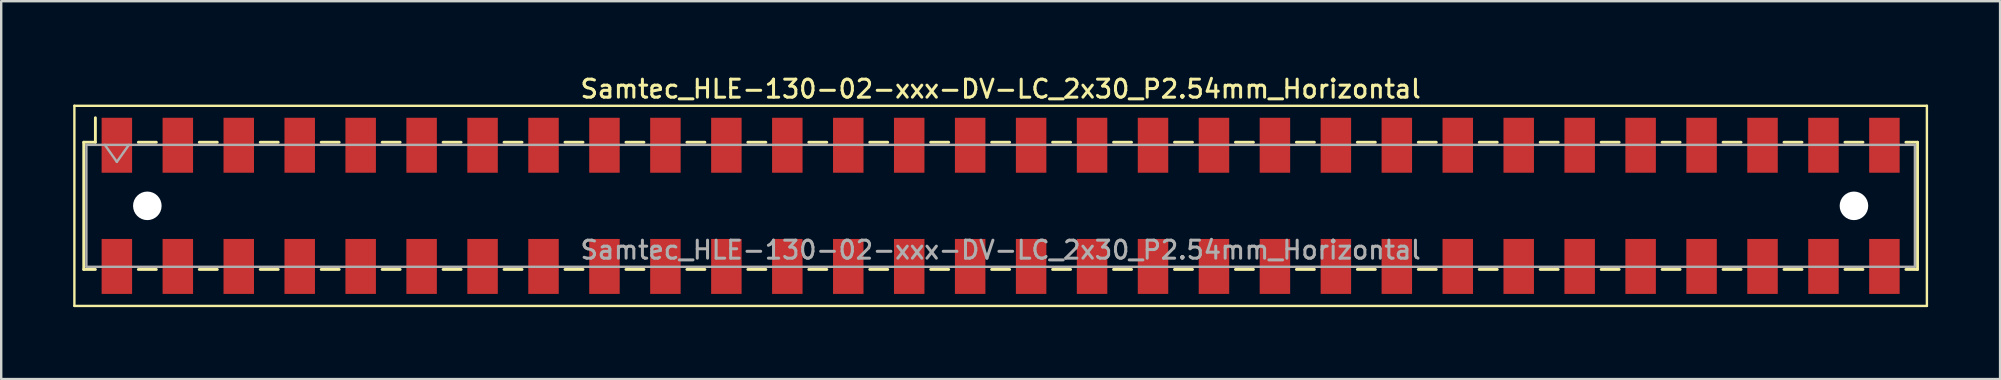
<source format=kicad_pcb>
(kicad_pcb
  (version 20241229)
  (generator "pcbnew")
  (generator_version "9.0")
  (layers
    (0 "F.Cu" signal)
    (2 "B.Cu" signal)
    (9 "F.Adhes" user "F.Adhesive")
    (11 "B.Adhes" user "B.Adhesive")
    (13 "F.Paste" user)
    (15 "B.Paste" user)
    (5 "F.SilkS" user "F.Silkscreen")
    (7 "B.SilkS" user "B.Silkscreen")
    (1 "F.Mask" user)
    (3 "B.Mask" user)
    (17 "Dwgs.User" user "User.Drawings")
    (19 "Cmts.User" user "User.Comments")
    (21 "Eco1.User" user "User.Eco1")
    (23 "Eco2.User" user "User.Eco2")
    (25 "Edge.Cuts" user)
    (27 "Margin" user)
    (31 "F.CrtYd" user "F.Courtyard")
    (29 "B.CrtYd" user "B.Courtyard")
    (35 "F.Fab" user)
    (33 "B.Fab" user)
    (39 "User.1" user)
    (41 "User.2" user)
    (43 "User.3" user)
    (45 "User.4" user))
  (footprint "Samtec_HLE-130-02-xxx-DV-LC_2x30_P2.54mm_Horizontal"
    (layer "F.Cu")
    (at 38.65 5.528)
    (property "Reference" "Samtec_HLE-130-02-xxx-DV-LC_2x30_P2.54mm_Horizontal" (at 0 -4.87 0) (layer "F.SilkS") (effects (font (size 0.75 0.75) (thickness 0.125))))
    (attr smd)
    (fp_line (start -38.6 -4.17) (end 38.6 -4.17) (stroke (width 0.1) (type solid)) (layer "F.SilkS"))
    (fp_line (start -38.6 4.17) (end -38.6 -4.17) (stroke (width 0.1) (type solid)) (layer "F.SilkS"))
    (fp_line (start -38.21 -2.65) (end -38.21 2.65) (stroke (width 0.12) (type solid)) (layer "F.SilkS"))
    (fp_line (start -38.21 2.65) (end -37.725 2.65) (stroke (width 0.12) (type solid)) (layer "F.SilkS"))
    (fp_line (start -37.725 -3.67) (end -37.725 -2.65) (stroke (width 0.12) (type solid)) (layer "F.SilkS"))
    (fp_line (start -37.725 -2.65) (end -38.21 -2.65) (stroke (width 0.12) (type solid)) (layer "F.SilkS"))
    (fp_line (start -35.935 -2.65) (end -35.185 -2.65) (stroke (width 0.12) (type solid)) (layer "F.SilkS"))
    (fp_line (start -35.935 2.65) (end -35.185 2.65) (stroke (width 0.12) (type solid)) (layer "F.SilkS"))
    (fp_line (start -33.395 -2.65) (end -32.645 -2.65) (stroke (width 0.12) (type solid)) (layer "F.SilkS"))
    (fp_line (start -33.395 2.65) (end -32.645 2.65) (stroke (width 0.12) (type solid)) (layer "F.SilkS"))
    (fp_line (start -30.855 -2.65) (end -30.105 -2.65) (stroke (width 0.12) (type solid)) (layer "F.SilkS"))
    (fp_line (start -30.855 2.65) (end -30.105 2.65) (stroke (width 0.12) (type solid)) (layer "F.SilkS"))
    (fp_line (start -28.315 -2.65) (end -27.565 -2.65) (stroke (width 0.12) (type solid)) (layer "F.SilkS"))
    (fp_line (start -28.315 2.65) (end -27.565 2.65) (stroke (width 0.12) (type solid)) (layer "F.SilkS"))
    (fp_line (start -25.775 -2.65) (end -25.025 -2.65) (stroke (width 0.12) (type solid)) (layer "F.SilkS"))
    (fp_line (start -25.775 2.65) (end -25.025 2.65) (stroke (width 0.12) (type solid)) (layer "F.SilkS"))
    (fp_line (start -23.235 -2.65) (end -22.485 -2.65) (stroke (width 0.12) (type solid)) (layer "F.SilkS"))
    (fp_line (start -23.235 2.65) (end -22.485 2.65) (stroke (width 0.12) (type solid)) (layer "F.SilkS"))
    (fp_line (start -20.695 -2.65) (end -19.945 -2.65) (stroke (width 0.12) (type solid)) (layer "F.SilkS"))
    (fp_line (start -20.695 2.65) (end -19.945 2.65) (stroke (width 0.12) (type solid)) (layer "F.SilkS"))
    (fp_line (start -18.155 -2.65) (end -17.405 -2.65) (stroke (width 0.12) (type solid)) (layer "F.SilkS"))
    (fp_line (start -18.155 2.65) (end -17.405 2.65) (stroke (width 0.12) (type solid)) (layer "F.SilkS"))
    (fp_line (start -15.615 -2.65) (end -14.865 -2.65) (stroke (width 0.12) (type solid)) (layer "F.SilkS"))
    (fp_line (start -15.615 2.65) (end -14.865 2.65) (stroke (width 0.12) (type solid)) (layer "F.SilkS"))
    (fp_line (start -13.075 -2.65) (end -12.325 -2.65) (stroke (width 0.12) (type solid)) (layer "F.SilkS"))
    (fp_line (start -13.075 2.65) (end -12.325 2.65) (stroke (width 0.12) (type solid)) (layer "F.SilkS"))
    (fp_line (start -10.535 -2.65) (end -9.785 -2.65) (stroke (width 0.12) (type solid)) (layer "F.SilkS"))
    (fp_line (start -10.535 2.65) (end -9.785 2.65) (stroke (width 0.12) (type solid)) (layer "F.SilkS"))
    (fp_line (start -7.995 -2.65) (end -7.245 -2.65) (stroke (width 0.12) (type solid)) (layer "F.SilkS"))
    (fp_line (start -7.995 2.65) (end -7.245 2.65) (stroke (width 0.12) (type solid)) (layer "F.SilkS"))
    (fp_line (start -5.455 -2.65) (end -4.705 -2.65) (stroke (width 0.12) (type solid)) (layer "F.SilkS"))
    (fp_line (start -5.455 2.65) (end -4.705 2.65) (stroke (width 0.12) (type solid)) (layer "F.SilkS"))
    (fp_line (start -2.915 -2.65) (end -2.165 -2.65) (stroke (width 0.12) (type solid)) (layer "F.SilkS"))
    (fp_line (start -2.915 2.65) (end -2.165 2.65) (stroke (width 0.12) (type solid)) (layer "F.SilkS"))
    (fp_line (start -0.375 -2.65) (end 0.375 -2.65) (stroke (width 0.12) (type solid)) (layer "F.SilkS"))
    (fp_line (start -0.375 2.65) (end 0.375 2.65) (stroke (width 0.12) (type solid)) (layer "F.SilkS"))
    (fp_line (start 2.165 -2.65) (end 2.915 -2.65) (stroke (width 0.12) (type solid)) (layer "F.SilkS"))
    (fp_line (start 2.165 2.65) (end 2.915 2.65) (stroke (width 0.12) (type solid)) (layer "F.SilkS"))
    (fp_line (start 4.705 -2.65) (end 5.455 -2.65) (stroke (width 0.12) (type solid)) (layer "F.SilkS"))
    (fp_line (start 4.705 2.65) (end 5.455 2.65) (stroke (width 0.12) (type solid)) (layer "F.SilkS"))
    (fp_line (start 7.245 -2.65) (end 7.995 -2.65) (stroke (width 0.12) (type solid)) (layer "F.SilkS"))
    (fp_line (start 7.245 2.65) (end 7.995 2.65) (stroke (width 0.12) (type solid)) (layer "F.SilkS"))
    (fp_line (start 9.785 -2.65) (end 10.535 -2.65) (stroke (width 0.12) (type solid)) (layer "F.SilkS"))
    (fp_line (start 9.785 2.65) (end 10.535 2.65) (stroke (width 0.12) (type solid)) (layer "F.SilkS"))
    (fp_line (start 12.325 -2.65) (end 13.075 -2.65) (stroke (width 0.12) (type solid)) (layer "F.SilkS"))
    (fp_line (start 12.325 2.65) (end 13.075 2.65) (stroke (width 0.12) (type solid)) (layer "F.SilkS"))
    (fp_line (start 14.865 -2.65) (end 15.615 -2.65) (stroke (width 0.12) (type solid)) (layer "F.SilkS"))
    (fp_line (start 14.865 2.65) (end 15.615 2.65) (stroke (width 0.12) (type solid)) (layer "F.SilkS"))
    (fp_line (start 17.405 -2.65) (end 18.155 -2.65) (stroke (width 0.12) (type solid)) (layer "F.SilkS"))
    (fp_line (start 17.405 2.65) (end 18.155 2.65) (stroke (width 0.12) (type solid)) (layer "F.SilkS"))
    (fp_line (start 19.945 -2.65) (end 20.695 -2.65) (stroke (width 0.12) (type solid)) (layer "F.SilkS"))
    (fp_line (start 19.945 2.65) (end 20.695 2.65) (stroke (width 0.12) (type solid)) (layer "F.SilkS"))
    (fp_line (start 22.485 -2.65) (end 23.235 -2.65) (stroke (width 0.12) (type solid)) (layer "F.SilkS"))
    (fp_line (start 22.485 2.65) (end 23.235 2.65) (stroke (width 0.12) (type solid)) (layer "F.SilkS"))
    (fp_line (start 25.025 -2.65) (end 25.775 -2.65) (stroke (width 0.12) (type solid)) (layer "F.SilkS"))
    (fp_line (start 25.025 2.65) (end 25.775 2.65) (stroke (width 0.12) (type solid)) (layer "F.SilkS"))
    (fp_line (start 27.565 -2.65) (end 28.315 -2.65) (stroke (width 0.12) (type solid)) (layer "F.SilkS"))
    (fp_line (start 27.565 2.65) (end 28.315 2.65) (stroke (width 0.12) (type solid)) (layer "F.SilkS"))
    (fp_line (start 30.105 -2.65) (end 30.855 -2.65) (stroke (width 0.12) (type solid)) (layer "F.SilkS"))
    (fp_line (start 30.105 2.65) (end 30.855 2.65) (stroke (width 0.12) (type solid)) (layer "F.SilkS"))
    (fp_line (start 32.645 -2.65) (end 33.395 -2.65) (stroke (width 0.12) (type solid)) (layer "F.SilkS"))
    (fp_line (start 32.645 2.65) (end 33.395 2.65) (stroke (width 0.12) (type solid)) (layer "F.SilkS"))
    (fp_line (start 35.185 -2.65) (end 35.935 -2.65) (stroke (width 0.12) (type solid)) (layer "F.SilkS"))
    (fp_line (start 35.185 2.65) (end 35.935 2.65) (stroke (width 0.12) (type solid)) (layer "F.SilkS"))
    (fp_line (start 37.725 -2.65) (end 38.21 -2.65) (stroke (width 0.12) (type solid)) (layer "F.SilkS"))
    (fp_line (start 38.21 -2.65) (end 38.21 2.65) (stroke (width 0.12) (type solid)) (layer "F.SilkS"))
    (fp_line (start 38.21 2.65) (end 37.725 2.65) (stroke (width 0.12) (type solid)) (layer "F.SilkS"))
    (fp_line (start 38.6 -4.17) (end 38.6 4.17) (stroke (width 0.1) (type solid)) (layer "F.SilkS"))
    (fp_line (start 38.6 4.17) (end -38.6 4.17) (stroke (width 0.1) (type solid)) (layer "F.SilkS"))
    (fp_line (start -38.1 -2.54) (end 38.1 -2.54) (stroke (width 0.1) (type solid)) (layer "F.Fab"))
    (fp_line (start -38.1 2.54) (end -38.1 -2.54) (stroke (width 0.1) (type solid)) (layer "F.Fab"))
    (fp_line (start -37.33 -2.54) (end -36.83 -1.833) (stroke (width 0.1) (type solid)) (layer "F.Fab"))
    (fp_line (start -36.83 -1.833) (end -36.33 -2.54) (stroke (width 0.1) (type solid)) (layer "F.Fab"))
    (fp_line (start 38.1 -2.54) (end 38.1 2.54) (stroke (width 0.1) (type solid)) (layer "F.Fab"))
    (fp_line (start 38.1 2.54) (end -38.1 2.54) (stroke (width 0.1) (type solid)) (layer "F.Fab"))
    (fp_text user "${REFERENCE}" (at 0 1.84 0) (layer "F.Fab") (effects (font (size 0.75 0.75) (thickness 0.125))))
    (pad "" np_thru_hole circle (at -35.56 0) (size 1.19 1.19) (drill 1.19) (layers "*.Cu" "*.Mask"))
    (pad "" np_thru_hole circle (at 35.56 0) (size 1.19 1.19) (drill 1.19) (layers "*.Cu" "*.Mask"))
    (pad "1" smd rect (at -36.83 -2.525) (size 1.27 2.29) (layers "F.Cu" "F.Mask" "F.Paste"))
    (pad "2" smd rect (at -36.83 2.525) (size 1.27 2.29) (layers "F.Cu" "F.Mask" "F.Paste"))
    (pad "3" smd rect (at -34.29 -2.525) (size 1.27 2.29) (layers "F.Cu" "F.Mask" "F.Paste"))
    (pad "4" smd rect (at -34.29 2.525) (size 1.27 2.29) (layers "F.Cu" "F.Mask" "F.Paste"))
    (pad "5" smd rect (at -31.75 -2.525) (size 1.27 2.29) (layers "F.Cu" "F.Mask" "F.Paste"))
    (pad "6" smd rect (at -31.75 2.525) (size 1.27 2.29) (layers "F.Cu" "F.Mask" "F.Paste"))
    (pad "7" smd rect (at -29.21 -2.525) (size 1.27 2.29) (layers "F.Cu" "F.Mask" "F.Paste"))
    (pad "8" smd rect (at -29.21 2.525) (size 1.27 2.29) (layers "F.Cu" "F.Mask" "F.Paste"))
    (pad "9" smd rect (at -26.67 -2.525) (size 1.27 2.29) (layers "F.Cu" "F.Mask" "F.Paste"))
    (pad "10" smd rect (at -26.67 2.525) (size 1.27 2.29) (layers "F.Cu" "F.Mask" "F.Paste"))
    (pad "11" smd rect (at -24.13 -2.525) (size 1.27 2.29) (layers "F.Cu" "F.Mask" "F.Paste"))
    (pad "12" smd rect (at -24.13 2.525) (size 1.27 2.29) (layers "F.Cu" "F.Mask" "F.Paste"))
    (pad "13" smd rect (at -21.59 -2.525) (size 1.27 2.29) (layers "F.Cu" "F.Mask" "F.Paste"))
    (pad "14" smd rect (at -21.59 2.525) (size 1.27 2.29) (layers "F.Cu" "F.Mask" "F.Paste"))
    (pad "15" smd rect (at -19.05 -2.525) (size 1.27 2.29) (layers "F.Cu" "F.Mask" "F.Paste"))
    (pad "16" smd rect (at -19.05 2.525) (size 1.27 2.29) (layers "F.Cu" "F.Mask" "F.Paste"))
    (pad "17" smd rect (at -16.51 -2.525) (size 1.27 2.29) (layers "F.Cu" "F.Mask" "F.Paste"))
    (pad "18" smd rect (at -16.51 2.525) (size 1.27 2.29) (layers "F.Cu" "F.Mask" "F.Paste"))
    (pad "19" smd rect (at -13.97 -2.525) (size 1.27 2.29) (layers "F.Cu" "F.Mask" "F.Paste"))
    (pad "20" smd rect (at -13.97 2.525) (size 1.27 2.29) (layers "F.Cu" "F.Mask" "F.Paste"))
    (pad "21" smd rect (at -11.43 -2.525) (size 1.27 2.29) (layers "F.Cu" "F.Mask" "F.Paste"))
    (pad "22" smd rect (at -11.43 2.525) (size 1.27 2.29) (layers "F.Cu" "F.Mask" "F.Paste"))
    (pad "23" smd rect (at -8.89 -2.525) (size 1.27 2.29) (layers "F.Cu" "F.Mask" "F.Paste"))
    (pad "24" smd rect (at -8.89 2.525) (size 1.27 2.29) (layers "F.Cu" "F.Mask" "F.Paste"))
    (pad "25" smd rect (at -6.35 -2.525) (size 1.27 2.29) (layers "F.Cu" "F.Mask" "F.Paste"))
    (pad "26" smd rect (at -6.35 2.525) (size 1.27 2.29) (layers "F.Cu" "F.Mask" "F.Paste"))
    (pad "27" smd rect (at -3.81 -2.525) (size 1.27 2.29) (layers "F.Cu" "F.Mask" "F.Paste"))
    (pad "28" smd rect (at -3.81 2.525) (size 1.27 2.29) (layers "F.Cu" "F.Mask" "F.Paste"))
    (pad "29" smd rect (at -1.27 -2.525) (size 1.27 2.29) (layers "F.Cu" "F.Mask" "F.Paste"))
    (pad "30" smd rect (at -1.27 2.525) (size 1.27 2.29) (layers "F.Cu" "F.Mask" "F.Paste"))
    (pad "31" smd rect (at 1.27 -2.525) (size 1.27 2.29) (layers "F.Cu" "F.Mask" "F.Paste"))
    (pad "32" smd rect (at 1.27 2.525) (size 1.27 2.29) (layers "F.Cu" "F.Mask" "F.Paste"))
    (pad "33" smd rect (at 3.81 -2.525) (size 1.27 2.29) (layers "F.Cu" "F.Mask" "F.Paste"))
    (pad "34" smd rect (at 3.81 2.525) (size 1.27 2.29) (layers "F.Cu" "F.Mask" "F.Paste"))
    (pad "35" smd rect (at 6.35 -2.525) (size 1.27 2.29) (layers "F.Cu" "F.Mask" "F.Paste"))
    (pad "36" smd rect (at 6.35 2.525) (size 1.27 2.29) (layers "F.Cu" "F.Mask" "F.Paste"))
    (pad "37" smd rect (at 8.89 -2.525) (size 1.27 2.29) (layers "F.Cu" "F.Mask" "F.Paste"))
    (pad "38" smd rect (at 8.89 2.525) (size 1.27 2.29) (layers "F.Cu" "F.Mask" "F.Paste"))
    (pad "39" smd rect (at 11.43 -2.525) (size 1.27 2.29) (layers "F.Cu" "F.Mask" "F.Paste"))
    (pad "40" smd rect (at 11.43 2.525) (size 1.27 2.29) (layers "F.Cu" "F.Mask" "F.Paste"))
    (pad "41" smd rect (at 13.97 -2.525) (size 1.27 2.29) (layers "F.Cu" "F.Mask" "F.Paste"))
    (pad "42" smd rect (at 13.97 2.525) (size 1.27 2.29) (layers "F.Cu" "F.Mask" "F.Paste"))
    (pad "43" smd rect (at 16.51 -2.525) (size 1.27 2.29) (layers "F.Cu" "F.Mask" "F.Paste"))
    (pad "44" smd rect (at 16.51 2.525) (size 1.27 2.29) (layers "F.Cu" "F.Mask" "F.Paste"))
    (pad "45" smd rect (at 19.05 -2.525) (size 1.27 2.29) (layers "F.Cu" "F.Mask" "F.Paste"))
    (pad "46" smd rect (at 19.05 2.525) (size 1.27 2.29) (layers "F.Cu" "F.Mask" "F.Paste"))
    (pad "47" smd rect (at 21.59 -2.525) (size 1.27 2.29) (layers "F.Cu" "F.Mask" "F.Paste"))
    (pad "48" smd rect (at 21.59 2.525) (size 1.27 2.29) (layers "F.Cu" "F.Mask" "F.Paste"))
    (pad "49" smd rect (at 24.13 -2.525) (size 1.27 2.29) (layers "F.Cu" "F.Mask" "F.Paste"))
    (pad "50" smd rect (at 24.13 2.525) (size 1.27 2.29) (layers "F.Cu" "F.Mask" "F.Paste"))
    (pad "51" smd rect (at 26.67 -2.525) (size 1.27 2.29) (layers "F.Cu" "F.Mask" "F.Paste"))
    (pad "52" smd rect (at 26.67 2.525) (size 1.27 2.29) (layers "F.Cu" "F.Mask" "F.Paste"))
    (pad "53" smd rect (at 29.21 -2.525) (size 1.27 2.29) (layers "F.Cu" "F.Mask" "F.Paste"))
    (pad "54" smd rect (at 29.21 2.525) (size 1.27 2.29) (layers "F.Cu" "F.Mask" "F.Paste"))
    (pad "55" smd rect (at 31.75 -2.525) (size 1.27 2.29) (layers "F.Cu" "F.Mask" "F.Paste"))
    (pad "56" smd rect (at 31.75 2.525) (size 1.27 2.29) (layers "F.Cu" "F.Mask" "F.Paste"))
    (pad "57" smd rect (at 34.29 -2.525) (size 1.27 2.29) (layers "F.Cu" "F.Mask" "F.Paste"))
    (pad "58" smd rect (at 34.29 2.525) (size 1.27 2.29) (layers "F.Cu" "F.Mask" "F.Paste"))
    (pad "59" smd rect (at 36.83 -2.525) (size 1.27 2.29) (layers "F.Cu" "F.Mask" "F.Paste"))
    (pad "60" smd rect (at 36.83 2.525) (size 1.27 2.29) (layers "F.Cu" "F.Mask" "F.Paste")))
  (gr_rect
    (start -3 -3)
    (end 80.3 12.748)
    (stroke (width 0.1) (type default))
    (fill no)
    (layer "Edge.Cuts")))
</source>
